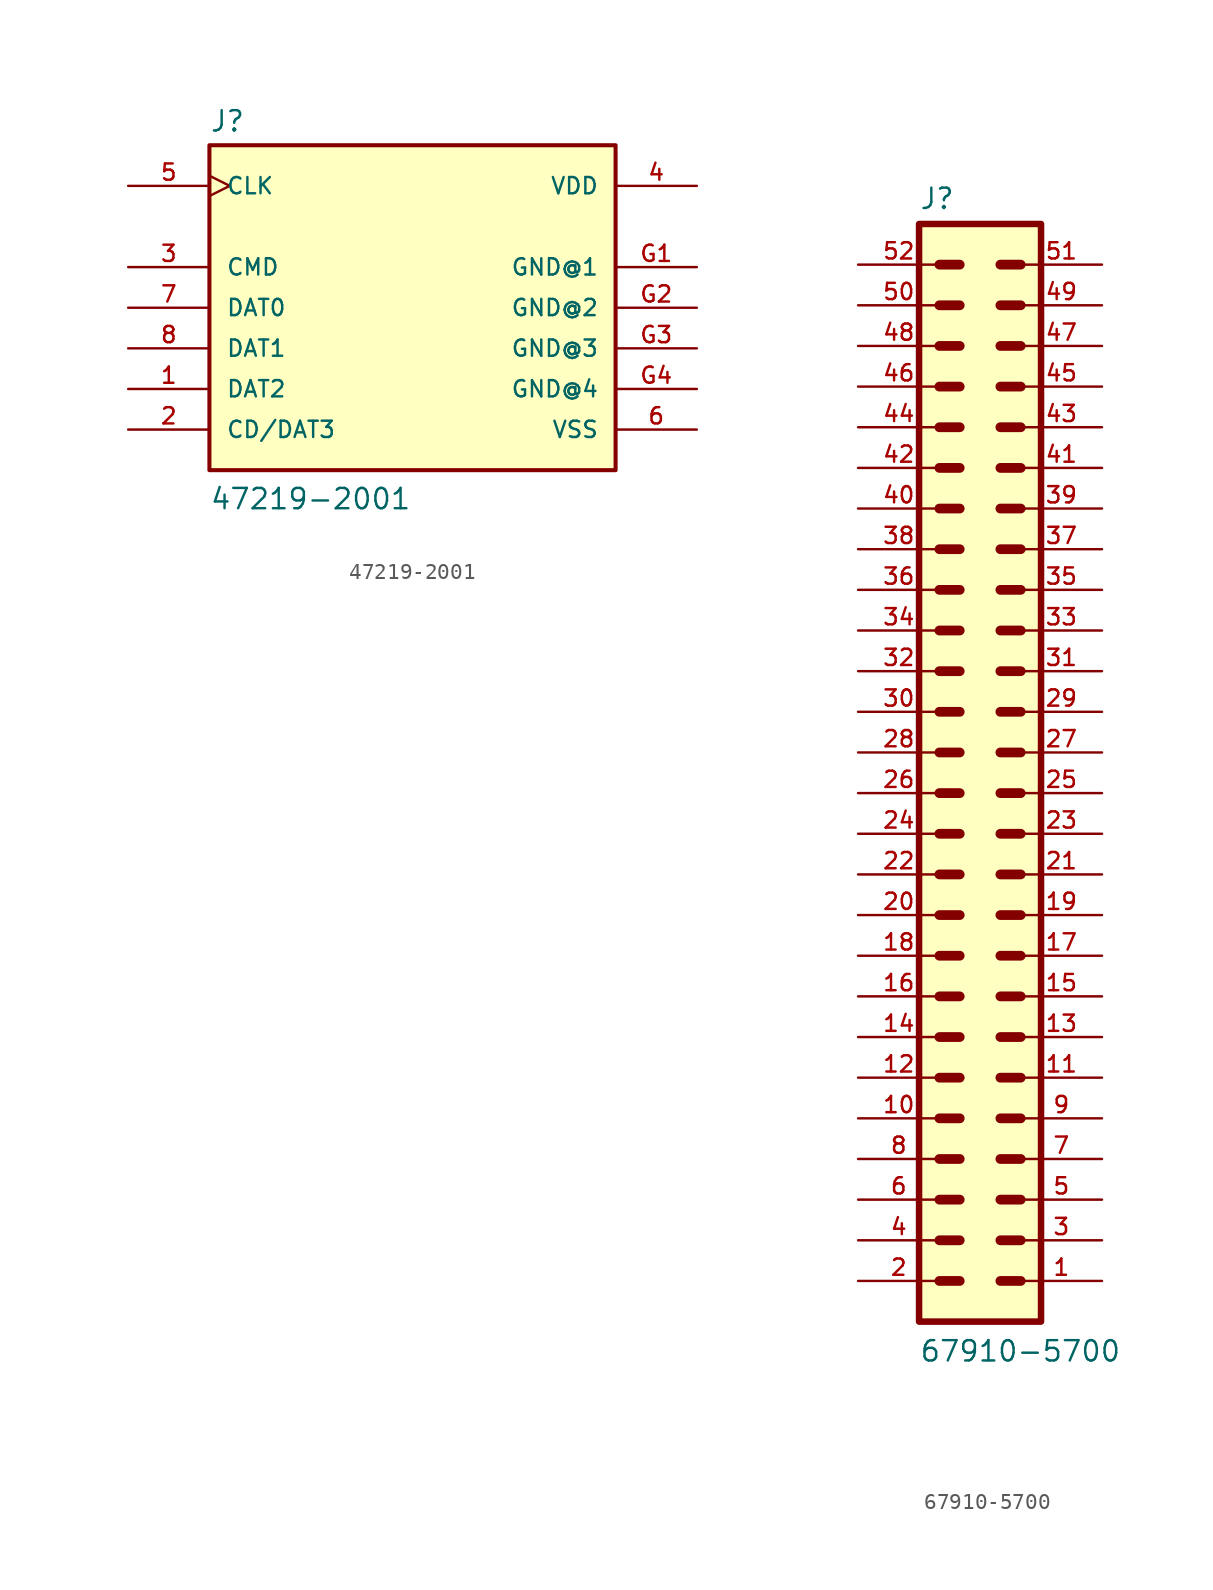
<source format=kicad_sym>
(kicad_symbol_lib
  (version 20211014)
  (generator kicad_symbol_editor)
  (symbol "47219-2001"
    (pin_names
      (offset 1.016))
    (property "Reference" "J"
      (at -12.7 10.922 0)
      (effects (font (size 1.27 1.27)) (justify left bottom)))
    (property "Value" "47219-2001"
      (at -12.7 -12.7 0)
      (effects (font (size 1.27 1.27)) (justify left bottom)))
    (property "ki_locked" ""
      (at 0 0 0)
      (effects (font (size 1.27 1.27))))
    (symbol "47219-2001_0_0"
      (rectangle (start -12.7 -10.16) (end 12.7 10.16) (stroke (width 0.254) (type default) (color 0 0 0 0)) (fill (type background)))
      (pin bidirectional line (at -17.78 -5.08 0) (length 5.08) (name "DAT2" (effects (font (size 1.016 1.016)))) (number "1" (effects (font (size 1.016 1.016)))))
      (pin bidirectional line (at -17.78 -7.62 0) (length 5.08) (name "CD/DAT3" (effects (font (size 1.016 1.016)))) (number "2" (effects (font (size 1.016 1.016)))))
      (pin bidirectional line (at -17.78 2.54 0) (length 5.08) (name "CMD" (effects (font (size 1.016 1.016)))) (number "3" (effects (font (size 1.016 1.016)))))
      (pin power_in line (at 17.78 7.62 180) (length 5.08) (name "VDD" (effects (font (size 1.016 1.016)))) (number "4" (effects (font (size 1.016 1.016)))))
      (pin input clock (at -17.78 7.62 0) (length 5.08) (name "CLK" (effects (font (size 1.016 1.016)))) (number "5" (effects (font (size 1.016 1.016)))))
      (pin power_in line (at 17.78 -7.62 180) (length 5.08) (name "VSS" (effects (font (size 1.016 1.016)))) (number "6" (effects (font (size 1.016 1.016)))))
      (pin bidirectional line (at -17.78 0 0) (length 5.08) (name "DAT0" (effects (font (size 1.016 1.016)))) (number "7" (effects (font (size 1.016 1.016)))))
      (pin bidirectional line (at -17.78 -2.54 0) (length 5.08) (name "DAT1" (effects (font (size 1.016 1.016)))) (number "8" (effects (font (size 1.016 1.016)))))
      (pin power_in line (at 17.78 2.54 180) (length 5.08) (name "GND@1" (effects (font (size 1.016 1.016)))) (number "G1" (effects (font (size 1.016 1.016)))))
      (pin power_in line (at 17.78 0 180) (length 5.08) (name "GND@2" (effects (font (size 1.016 1.016)))) (number "G2" (effects (font (size 1.016 1.016)))))
      (pin power_in line (at 17.78 -2.54 180) (length 5.08) (name "GND@3" (effects (font (size 1.016 1.016)))) (number "G3" (effects (font (size 1.016 1.016)))))
      (pin power_in line (at 17.78 -5.08 180) (length 5.08) (name "GND@4" (effects (font (size 1.016 1.016)))) (number "G4" (effects (font (size 1.016 1.016)))))))
  (symbol "67910-5700"
    (pin_names
      (offset 1.016) hide)
    (property "Reference" "J"
      (at -3.81 33.858 0)
      (effects (font (size 1.27 1.27)) (justify left bottom)))
    (property "Value" "67910-5700"
      (at -3.81 -38.151 0)
      (effects (font (size 1.27 1.27)) (justify left bottom)))
    (property "ki_locked" ""
      (at 0 0 0)
      (effects (font (size 1.27 1.27))))
    (symbol "67910-5700_0_0"
      (rectangle (start -3.81 -35.56) (end 3.81 33.02) (stroke (width 0.406) (type default) (color 0 0 0 0)) (fill (type background)))
      (polyline (pts (xy -2.54 -33.02) (xy -1.27 -33.02)) (stroke (width 0.61) (type default) (color 0 0 0 0)) (fill (type none)))
      (polyline (pts (xy -2.54 -30.48) (xy -1.27 -30.48)) (stroke (width 0.61) (type default) (color 0 0 0 0)) (fill (type none)))
      (polyline (pts (xy -2.54 -27.94) (xy -1.27 -27.94)) (stroke (width 0.61) (type default) (color 0 0 0 0)) (fill (type none)))
      (polyline (pts (xy -2.54 -25.4) (xy -1.27 -25.4)) (stroke (width 0.61) (type default) (color 0 0 0 0)) (fill (type none)))
      (polyline (pts (xy -2.54 -22.86) (xy -1.27 -22.86)) (stroke (width 0.61) (type default) (color 0 0 0 0)) (fill (type none)))
      (polyline (pts (xy -2.54 -20.32) (xy -1.27 -20.32)) (stroke (width 0.61) (type default) (color 0 0 0 0)) (fill (type none)))
      (polyline (pts (xy -2.54 -17.78) (xy -1.27 -17.78)) (stroke (width 0.61) (type default) (color 0 0 0 0)) (fill (type none)))
      (polyline (pts (xy -2.54 -15.24) (xy -1.27 -15.24)) (stroke (width 0.61) (type default) (color 0 0 0 0)) (fill (type none)))
      (polyline (pts (xy -2.54 -12.7) (xy -1.27 -12.7)) (stroke (width 0.61) (type default) (color 0 0 0 0)) (fill (type none)))
      (polyline (pts (xy -2.54 -10.16) (xy -1.27 -10.16)) (stroke (width 0.61) (type default) (color 0 0 0 0)) (fill (type none)))
      (polyline (pts (xy -2.54 -7.62) (xy -1.27 -7.62)) (stroke (width 0.61) (type default) (color 0 0 0 0)) (fill (type none)))
      (polyline (pts (xy -2.54 -5.08) (xy -1.27 -5.08)) (stroke (width 0.61) (type default) (color 0 0 0 0)) (fill (type none)))
      (polyline (pts (xy -2.54 -2.54) (xy -1.27 -2.54)) (stroke (width 0.61) (type default) (color 0 0 0 0)) (fill (type none)))
      (polyline (pts (xy -2.54 0) (xy -1.27 0)) (stroke (width 0.61) (type default) (color 0 0 0 0)) (fill (type none)))
      (polyline (pts (xy -2.54 2.54) (xy -1.27 2.54)) (stroke (width 0.61) (type default) (color 0 0 0 0)) (fill (type none)))
      (polyline (pts (xy -2.54 5.08) (xy -1.27 5.08)) (stroke (width 0.61) (type default) (color 0 0 0 0)) (fill (type none)))
      (polyline (pts (xy -2.54 7.62) (xy -1.27 7.62)) (stroke (width 0.61) (type default) (color 0 0 0 0)) (fill (type none)))
      (polyline (pts (xy -2.54 10.16) (xy -1.27 10.16)) (stroke (width 0.61) (type default) (color 0 0 0 0)) (fill (type none)))
      (polyline (pts (xy -2.54 12.7) (xy -1.27 12.7)) (stroke (width 0.61) (type default) (color 0 0 0 0)) (fill (type none)))
      (polyline (pts (xy -2.54 15.24) (xy -1.27 15.24)) (stroke (width 0.61) (type default) (color 0 0 0 0)) (fill (type none)))
      (polyline (pts (xy -2.54 17.78) (xy -1.27 17.78)) (stroke (width 0.61) (type default) (color 0 0 0 0)) (fill (type none)))
      (polyline (pts (xy -2.54 20.32) (xy -1.27 20.32)) (stroke (width 0.61) (type default) (color 0 0 0 0)) (fill (type none)))
      (polyline (pts (xy -2.54 22.86) (xy -1.27 22.86)) (stroke (width 0.61) (type default) (color 0 0 0 0)) (fill (type none)))
      (polyline (pts (xy -2.54 25.4) (xy -1.27 25.4)) (stroke (width 0.61) (type default) (color 0 0 0 0)) (fill (type none)))
      (polyline (pts (xy -2.54 27.94) (xy -1.27 27.94)) (stroke (width 0.61) (type default) (color 0 0 0 0)) (fill (type none)))
      (polyline (pts (xy -2.54 30.48) (xy -1.27 30.48)) (stroke (width 0.61) (type default) (color 0 0 0 0)) (fill (type none)))
      (polyline (pts (xy 1.27 -33.02) (xy 2.54 -33.02)) (stroke (width 0.61) (type default) (color 0 0 0 0)) (fill (type none)))
      (polyline (pts (xy 1.27 -30.48) (xy 2.54 -30.48)) (stroke (width 0.61) (type default) (color 0 0 0 0)) (fill (type none)))
      (polyline (pts (xy 1.27 -27.94) (xy 2.54 -27.94)) (stroke (width 0.61) (type default) (color 0 0 0 0)) (fill (type none)))
      (polyline (pts (xy 1.27 -25.4) (xy 2.54 -25.4)) (stroke (width 0.61) (type default) (color 0 0 0 0)) (fill (type none)))
      (polyline (pts (xy 1.27 -22.86) (xy 2.54 -22.86)) (stroke (width 0.61) (type default) (color 0 0 0 0)) (fill (type none)))
      (polyline (pts (xy 1.27 -20.32) (xy 2.54 -20.32)) (stroke (width 0.61) (type default) (color 0 0 0 0)) (fill (type none)))
      (polyline (pts (xy 1.27 -17.78) (xy 2.54 -17.78)) (stroke (width 0.61) (type default) (color 0 0 0 0)) (fill (type none)))
      (polyline (pts (xy 1.27 -15.24) (xy 2.54 -15.24)) (stroke (width 0.61) (type default) (color 0 0 0 0)) (fill (type none)))
      (polyline (pts (xy 1.27 -12.7) (xy 2.54 -12.7)) (stroke (width 0.61) (type default) (color 0 0 0 0)) (fill (type none)))
      (polyline (pts (xy 1.27 -10.16) (xy 2.54 -10.16)) (stroke (width 0.61) (type default) (color 0 0 0 0)) (fill (type none)))
      (polyline (pts (xy 1.27 -7.62) (xy 2.54 -7.62)) (stroke (width 0.61) (type default) (color 0 0 0 0)) (fill (type none)))
      (polyline (pts (xy 1.27 -5.08) (xy 2.54 -5.08)) (stroke (width 0.61) (type default) (color 0 0 0 0)) (fill (type none)))
      (polyline (pts (xy 1.27 -2.54) (xy 2.54 -2.54)) (stroke (width 0.61) (type default) (color 0 0 0 0)) (fill (type none)))
      (polyline (pts (xy 1.27 0) (xy 2.54 0)) (stroke (width 0.61) (type default) (color 0 0 0 0)) (fill (type none)))
      (polyline (pts (xy 1.27 2.54) (xy 2.54 2.54)) (stroke (width 0.61) (type default) (color 0 0 0 0)) (fill (type none)))
      (polyline (pts (xy 1.27 5.08) (xy 2.54 5.08)) (stroke (width 0.61) (type default) (color 0 0 0 0)) (fill (type none)))
      (polyline (pts (xy 1.27 7.62) (xy 2.54 7.62)) (stroke (width 0.61) (type default) (color 0 0 0 0)) (fill (type none)))
      (polyline (pts (xy 1.27 10.16) (xy 2.54 10.16)) (stroke (width 0.61) (type default) (color 0 0 0 0)) (fill (type none)))
      (polyline (pts (xy 1.27 12.7) (xy 2.54 12.7)) (stroke (width 0.61) (type default) (color 0 0 0 0)) (fill (type none)))
      (polyline (pts (xy 1.27 15.24) (xy 2.54 15.24)) (stroke (width 0.61) (type default) (color 0 0 0 0)) (fill (type none)))
      (polyline (pts (xy 1.27 17.78) (xy 2.54 17.78)) (stroke (width 0.61) (type default) (color 0 0 0 0)) (fill (type none)))
      (polyline (pts (xy 1.27 20.32) (xy 2.54 20.32)) (stroke (width 0.61) (type default) (color 0 0 0 0)) (fill (type none)))
      (polyline (pts (xy 1.27 22.86) (xy 2.54 22.86)) (stroke (width 0.61) (type default) (color 0 0 0 0)) (fill (type none)))
      (polyline (pts (xy 1.27 25.4) (xy 2.54 25.4)) (stroke (width 0.61) (type default) (color 0 0 0 0)) (fill (type none)))
      (polyline (pts (xy 1.27 27.94) (xy 2.54 27.94)) (stroke (width 0.61) (type default) (color 0 0 0 0)) (fill (type none)))
      (polyline (pts (xy 1.27 30.48) (xy 2.54 30.48)) (stroke (width 0.61) (type default) (color 0 0 0 0)) (fill (type none)))
      (pin passive line (at 7.62 -33.02 180) (length 5.08) (name "~" (effects (font (size 1.016 1.016)))) (number "1" (effects (font (size 1.016 1.016)))))
      (pin passive line (at -7.62 -22.86 0) (length 5.08) (name "~" (effects (font (size 1.016 1.016)))) (number "10" (effects (font (size 1.016 1.016)))))
      (pin passive line (at 7.62 -20.32 180) (length 5.08) (name "~" (effects (font (size 1.016 1.016)))) (number "11" (effects (font (size 1.016 1.016)))))
      (pin passive line (at -7.62 -20.32 0) (length 5.08) (name "~" (effects (font (size 1.016 1.016)))) (number "12" (effects (font (size 1.016 1.016)))))
      (pin passive line (at 7.62 -17.78 180) (length 5.08) (name "~" (effects (font (size 1.016 1.016)))) (number "13" (effects (font (size 1.016 1.016)))))
      (pin passive line (at -7.62 -17.78 0) (length 5.08) (name "~" (effects (font (size 1.016 1.016)))) (number "14" (effects (font (size 1.016 1.016)))))
      (pin passive line (at 7.62 -15.24 180) (length 5.08) (name "~" (effects (font (size 1.016 1.016)))) (number "15" (effects (font (size 1.016 1.016)))))
      (pin passive line (at -7.62 -15.24 0) (length 5.08) (name "~" (effects (font (size 1.016 1.016)))) (number "16" (effects (font (size 1.016 1.016)))))
      (pin passive line (at 7.62 -12.7 180) (length 5.08) (name "~" (effects (font (size 1.016 1.016)))) (number "17" (effects (font (size 1.016 1.016)))))
      (pin passive line (at -7.62 -12.7 0) (length 5.08) (name "~" (effects (font (size 1.016 1.016)))) (number "18" (effects (font (size 1.016 1.016)))))
      (pin passive line (at 7.62 -10.16 180) (length 5.08) (name "~" (effects (font (size 1.016 1.016)))) (number "19" (effects (font (size 1.016 1.016)))))
      (pin passive line (at -7.62 -33.02 0) (length 5.08) (name "~" (effects (font (size 1.016 1.016)))) (number "2" (effects (font (size 1.016 1.016)))))
      (pin passive line (at -7.62 -10.16 0) (length 5.08) (name "~" (effects (font (size 1.016 1.016)))) (number "20" (effects (font (size 1.016 1.016)))))
      (pin passive line (at 7.62 -7.62 180) (length 5.08) (name "~" (effects (font (size 1.016 1.016)))) (number "21" (effects (font (size 1.016 1.016)))))
      (pin passive line (at -7.62 -7.62 0) (length 5.08) (name "~" (effects (font (size 1.016 1.016)))) (number "22" (effects (font (size 1.016 1.016)))))
      (pin passive line (at 7.62 -5.08 180) (length 5.08) (name "~" (effects (font (size 1.016 1.016)))) (number "23" (effects (font (size 1.016 1.016)))))
      (pin passive line (at -7.62 -5.08 0) (length 5.08) (name "~" (effects (font (size 1.016 1.016)))) (number "24" (effects (font (size 1.016 1.016)))))
      (pin passive line (at 7.62 -2.54 180) (length 5.08) (name "~" (effects (font (size 1.016 1.016)))) (number "25" (effects (font (size 1.016 1.016)))))
      (pin passive line (at -7.62 -2.54 0) (length 5.08) (name "~" (effects (font (size 1.016 1.016)))) (number "26" (effects (font (size 1.016 1.016)))))
      (pin passive line (at 7.62 0 180) (length 5.08) (name "~" (effects (font (size 1.016 1.016)))) (number "27" (effects (font (size 1.016 1.016)))))
      (pin passive line (at -7.62 0 0) (length 5.08) (name "~" (effects (font (size 1.016 1.016)))) (number "28" (effects (font (size 1.016 1.016)))))
      (pin passive line (at 7.62 2.54 180) (length 5.08) (name "~" (effects (font (size 1.016 1.016)))) (number "29" (effects (font (size 1.016 1.016)))))
      (pin passive line (at 7.62 -30.48 180) (length 5.08) (name "~" (effects (font (size 1.016 1.016)))) (number "3" (effects (font (size 1.016 1.016)))))
      (pin passive line (at -7.62 2.54 0) (length 5.08) (name "~" (effects (font (size 1.016 1.016)))) (number "30" (effects (font (size 1.016 1.016)))))
      (pin passive line (at 7.62 5.08 180) (length 5.08) (name "~" (effects (font (size 1.016 1.016)))) (number "31" (effects (font (size 1.016 1.016)))))
      (pin passive line (at -7.62 5.08 0) (length 5.08) (name "~" (effects (font (size 1.016 1.016)))) (number "32" (effects (font (size 1.016 1.016)))))
      (pin passive line (at 7.62 7.62 180) (length 5.08) (name "~" (effects (font (size 1.016 1.016)))) (number "33" (effects (font (size 1.016 1.016)))))
      (pin passive line (at -7.62 7.62 0) (length 5.08) (name "~" (effects (font (size 1.016 1.016)))) (number "34" (effects (font (size 1.016 1.016)))))
      (pin passive line (at 7.62 10.16 180) (length 5.08) (name "~" (effects (font (size 1.016 1.016)))) (number "35" (effects (font (size 1.016 1.016)))))
      (pin passive line (at -7.62 10.16 0) (length 5.08) (name "~" (effects (font (size 1.016 1.016)))) (number "36" (effects (font (size 1.016 1.016)))))
      (pin passive line (at 7.62 12.7 180) (length 5.08) (name "~" (effects (font (size 1.016 1.016)))) (number "37" (effects (font (size 1.016 1.016)))))
      (pin passive line (at -7.62 12.7 0) (length 5.08) (name "~" (effects (font (size 1.016 1.016)))) (number "38" (effects (font (size 1.016 1.016)))))
      (pin passive line (at 7.62 15.24 180) (length 5.08) (name "~" (effects (font (size 1.016 1.016)))) (number "39" (effects (font (size 1.016 1.016)))))
      (pin passive line (at -7.62 -30.48 0) (length 5.08) (name "~" (effects (font (size 1.016 1.016)))) (number "4" (effects (font (size 1.016 1.016)))))
      (pin passive line (at -7.62 15.24 0) (length 5.08) (name "~" (effects (font (size 1.016 1.016)))) (number "40" (effects (font (size 1.016 1.016)))))
      (pin passive line (at 7.62 17.78 180) (length 5.08) (name "~" (effects (font (size 1.016 1.016)))) (number "41" (effects (font (size 1.016 1.016)))))
      (pin passive line (at -7.62 17.78 0) (length 5.08) (name "~" (effects (font (size 1.016 1.016)))) (number "42" (effects (font (size 1.016 1.016)))))
      (pin passive line (at 7.62 20.32 180) (length 5.08) (name "~" (effects (font (size 1.016 1.016)))) (number "43" (effects (font (size 1.016 1.016)))))
      (pin passive line (at -7.62 20.32 0) (length 5.08) (name "~" (effects (font (size 1.016 1.016)))) (number "44" (effects (font (size 1.016 1.016)))))
      (pin passive line (at 7.62 22.86 180) (length 5.08) (name "~" (effects (font (size 1.016 1.016)))) (number "45" (effects (font (size 1.016 1.016)))))
      (pin passive line (at -7.62 22.86 0) (length 5.08) (name "~" (effects (font (size 1.016 1.016)))) (number "46" (effects (font (size 1.016 1.016)))))
      (pin passive line (at 7.62 25.4 180) (length 5.08) (name "~" (effects (font (size 1.016 1.016)))) (number "47" (effects (font (size 1.016 1.016)))))
      (pin passive line (at -7.62 25.4 0) (length 5.08) (name "~" (effects (font (size 1.016 1.016)))) (number "48" (effects (font (size 1.016 1.016)))))
      (pin passive line (at 7.62 27.94 180) (length 5.08) (name "~" (effects (font (size 1.016 1.016)))) (number "49" (effects (font (size 1.016 1.016)))))
      (pin passive line (at 7.62 -27.94 180) (length 5.08) (name "~" (effects (font (size 1.016 1.016)))) (number "5" (effects (font (size 1.016 1.016)))))
      (pin passive line (at -7.62 27.94 0) (length 5.08) (name "~" (effects (font (size 1.016 1.016)))) (number "50" (effects (font (size 1.016 1.016)))))
      (pin passive line (at 7.62 30.48 180) (length 5.08) (name "~" (effects (font (size 1.016 1.016)))) (number "51" (effects (font (size 1.016 1.016)))))
      (pin passive line (at -7.62 30.48 0) (length 5.08) (name "~" (effects (font (size 1.016 1.016)))) (number "52" (effects (font (size 1.016 1.016)))))
      (pin passive line (at -7.62 -27.94 0) (length 5.08) (name "~" (effects (font (size 1.016 1.016)))) (number "6" (effects (font (size 1.016 1.016)))))
      (pin passive line (at 7.62 -25.4 180) (length 5.08) (name "~" (effects (font (size 1.016 1.016)))) (number "7" (effects (font (size 1.016 1.016)))))
      (pin passive line (at -7.62 -25.4 0) (length 5.08) (name "~" (effects (font (size 1.016 1.016)))) (number "8" (effects (font (size 1.016 1.016)))))
      (pin passive line (at 7.62 -22.86 180) (length 5.08) (name "~" (effects (font (size 1.016 1.016)))) (number "9" (effects (font (size 1.016 1.016))))))))
</source>
